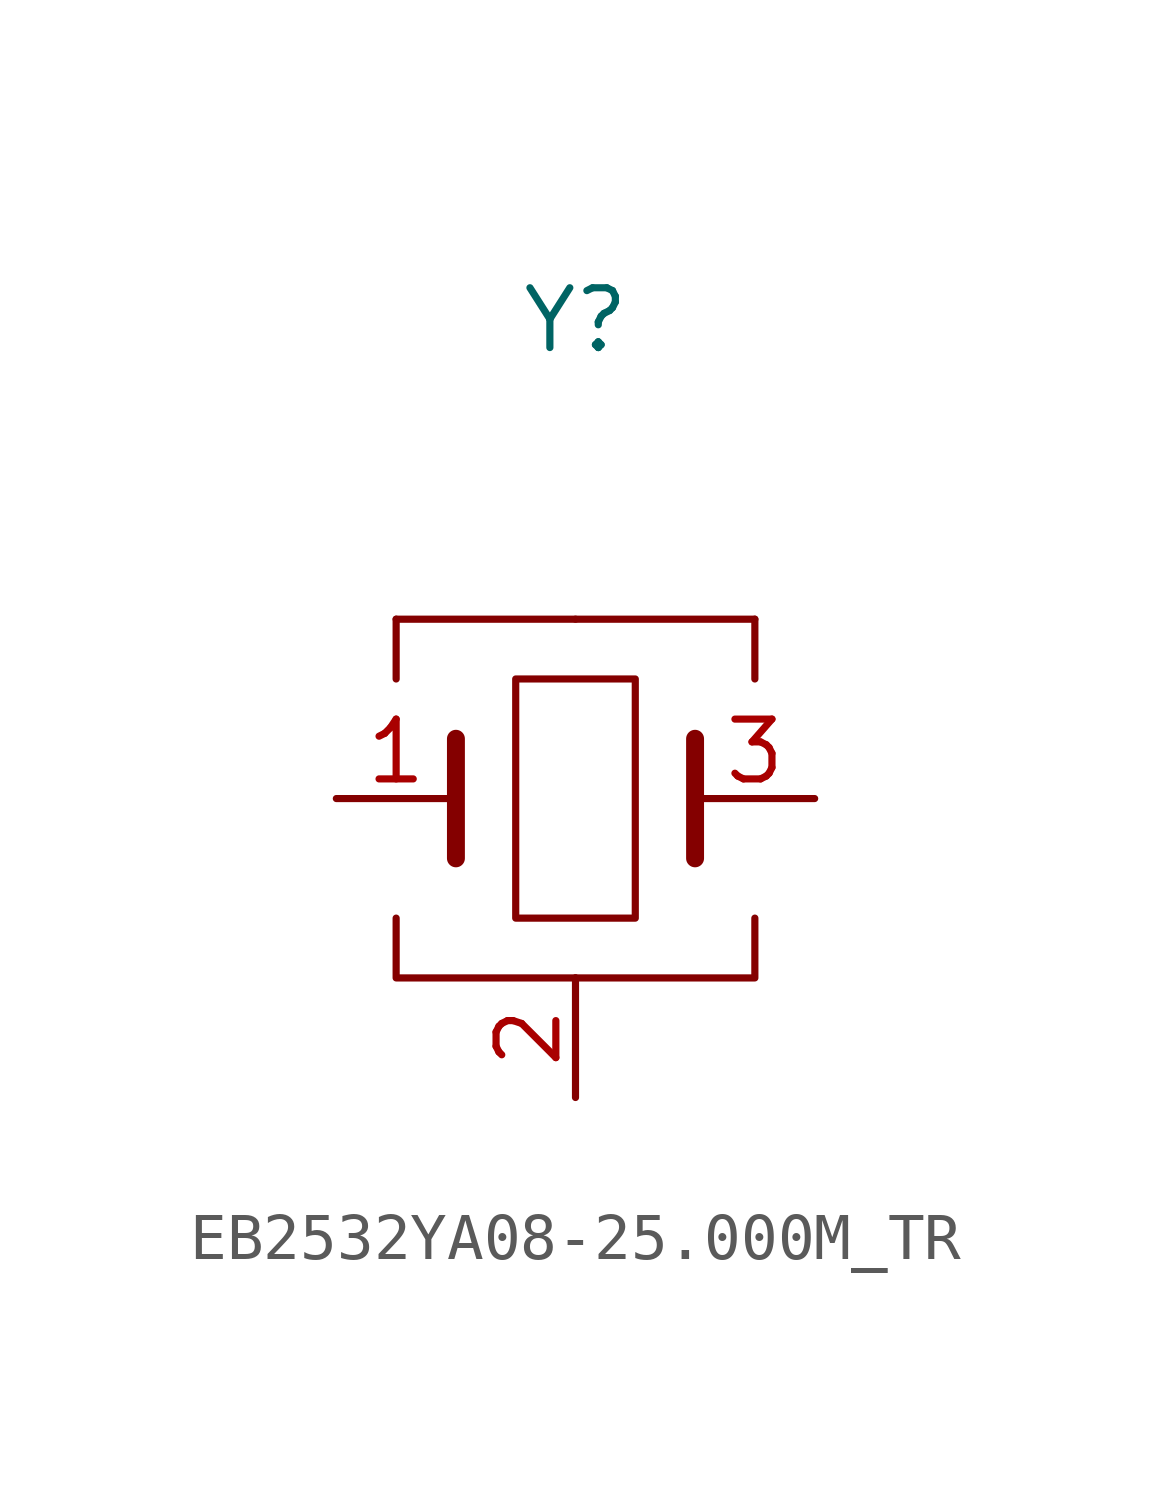
<source format=kicad_sym>
(kicad_symbol_lib
  (version 20231120)
  (generator "kicad_symbol_editor")
  (generator_version "8.0")
  (symbol "EB2532YA08-25.000M_TR"
    (property "Reference" "Y"
      (at 0 10.16 0)
      (effects (font (size 1.27 1.27))))
    (property "Value" ""
      (at 0 8.128 0)
      (effects (font (size 1.27 1.27))))
    (symbol "EB2532YA08-25.000M_TR_0_1"
      (polyline (pts (xy 0 -3.81) (xy -3.81 -3.81) (xy -3.81 -2.54)) (stroke (width 0) (type default)) (fill (type none)))
      (polyline (pts (xy 0 -3.81) (xy 3.81 -3.81) (xy 3.81 -2.54)) (stroke (width 0) (type default)) (fill (type none)))
      (polyline (pts (xy 1.27 2.54) (xy 1.27 -2.54) (xy -1.27 -2.54) (xy -1.27 2.54) (xy 1.27 2.54)) (stroke (width 0) (type default)) (fill (type none))))
    (symbol "EB2532YA08-25.000M_TR_1_1"
      (polyline (pts (xy -3.81 3.81) (xy -3.81 2.54)) (stroke (width 0) (type default)) (fill (type none)))
      (polyline (pts (xy -2.54 1.27) (xy -2.54 -1.27)) (stroke (width 0.381) (type default)) (fill (type none)))
      (polyline (pts (xy 0 3.81) (xy -3.81 3.81)) (stroke (width 0) (type default)) (fill (type none)))
      (polyline (pts (xy 0 3.81) (xy 3.81 3.81)) (stroke (width 0) (type default)) (fill (type none)))
      (polyline (pts (xy 2.54 1.27) (xy 2.54 -1.27)) (stroke (width 0.381) (type default)) (fill (type none)))
      (polyline (pts (xy 3.81 3.81) (xy 3.81 2.54)) (stroke (width 0) (type default)) (fill (type none)))
      (pin input line (at -5.08 0 0) (length 2.54) (name "" (effects (font (size 1.27 1.27)))) (number "1" (effects (font (size 1.27 1.27)))))
      (pin input line (at 0 -6.35 90) (length 2.54) (name "" (effects (font (size 1.27 1.27)))) (number "2" (effects (font (size 1.27 1.27)))))
      (pin input line (at 5.08 0 180) (length 2.54) (name "" (effects (font (size 1.27 1.27)))) (number "3" (effects (font (size 1.27 1.27))))))))
</source>
